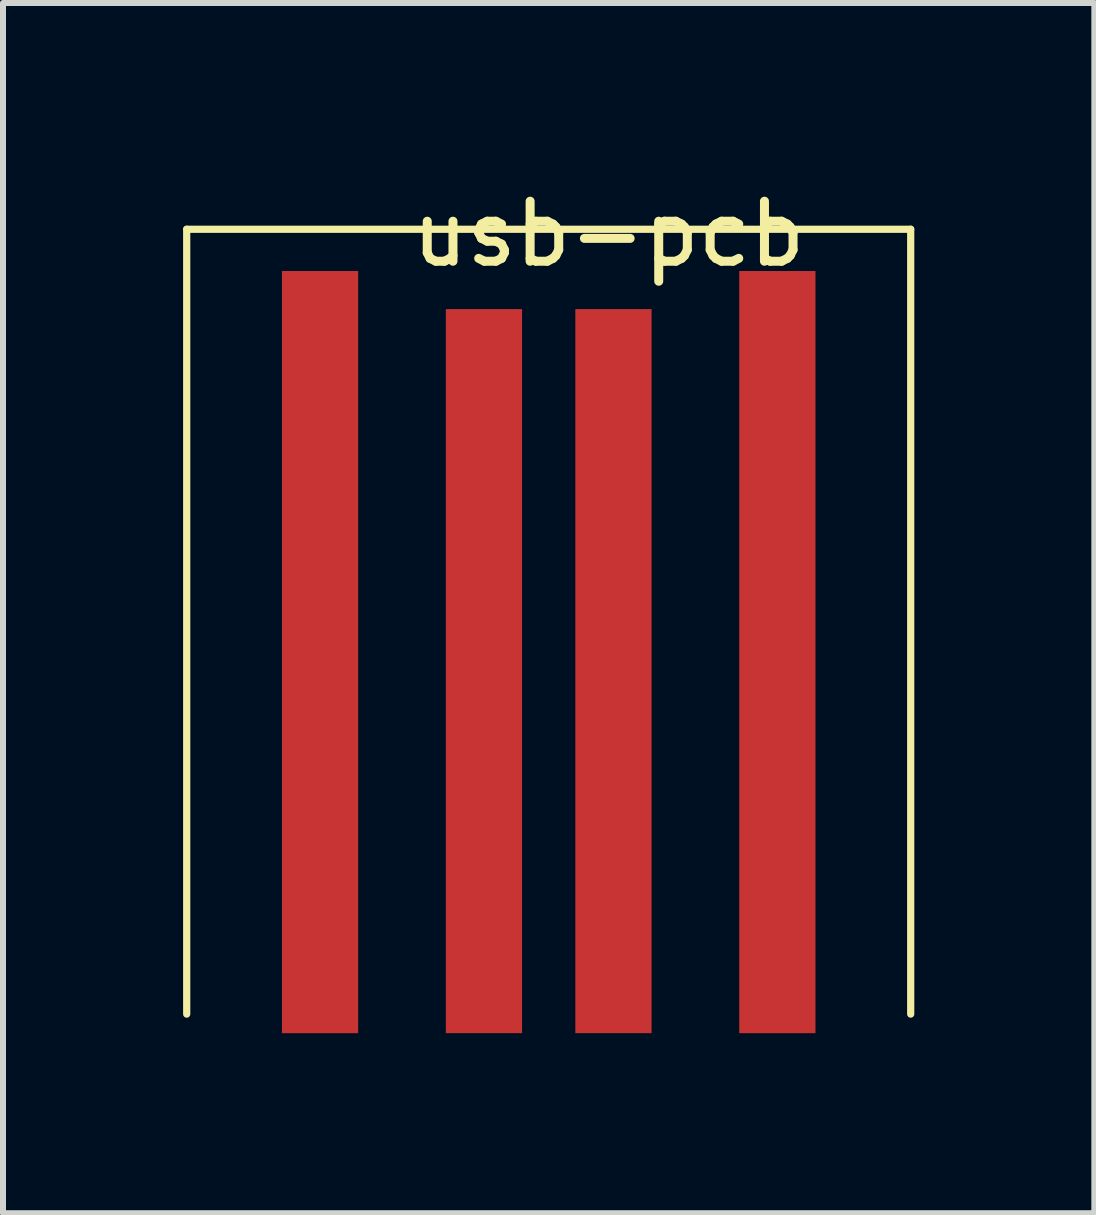
<source format=kicad_pcb>
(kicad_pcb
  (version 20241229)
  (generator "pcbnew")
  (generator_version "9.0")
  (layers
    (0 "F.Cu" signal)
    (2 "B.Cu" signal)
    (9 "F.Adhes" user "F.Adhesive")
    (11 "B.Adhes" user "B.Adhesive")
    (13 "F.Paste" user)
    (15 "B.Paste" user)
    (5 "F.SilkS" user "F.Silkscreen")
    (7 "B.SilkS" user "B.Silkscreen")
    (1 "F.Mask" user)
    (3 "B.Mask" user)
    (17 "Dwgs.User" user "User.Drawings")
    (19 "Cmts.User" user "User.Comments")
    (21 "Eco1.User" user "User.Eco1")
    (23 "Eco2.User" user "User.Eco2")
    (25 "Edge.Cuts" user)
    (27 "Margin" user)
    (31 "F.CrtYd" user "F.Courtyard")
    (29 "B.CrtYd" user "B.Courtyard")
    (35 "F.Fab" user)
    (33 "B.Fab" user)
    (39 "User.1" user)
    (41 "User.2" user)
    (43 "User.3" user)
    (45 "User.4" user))
  (footprint "usb-pcb"
    (layer "F.Cu")
    (at 6.093 13.848)
    (property "Reference" "usb-pcb" (at 1 -13 0) (layer "F.SilkS") (effects (font (size 1 1) (thickness 0.15))))
    (attr through_hole)
    (fp_line (start -6.032 -13.078) (end -6.032 0) (stroke (width 0.12) (type solid)) (layer "F.SilkS"))
    (fp_line (start -6.032 -13.078) (end 6.032 -13.078) (stroke (width 0.12) (type solid)) (layer "F.SilkS"))
    (fp_line (start 6.032 -13.078) (end 6.032 0) (stroke (width 0.12) (type solid)) (layer "F.SilkS"))
    (pad "1" smd rect (at -3.81 -6.032) (size 1.27 12.7) (layers "F.Cu" "F.Mask" "F.Paste"))
    (pad "2" smd rect (at -1.079 -5.715) (size 1.27 12.065) (layers "F.Cu" "F.Mask" "F.Paste"))
    (pad "3" smd rect (at 1.079 -5.715) (size 1.27 12.065) (layers "F.Cu" "F.Mask" "F.Paste"))
    (pad "4" smd rect (at 3.81 -6.032) (size 1.27 12.7) (layers "F.Cu" "F.Mask" "F.Paste")))
  (gr_rect
    (start -3 -3)
    (end 15.185 17.166)
    (stroke (width 0.1) (type default))
    (fill no)
    (layer "Edge.Cuts")))
</source>
